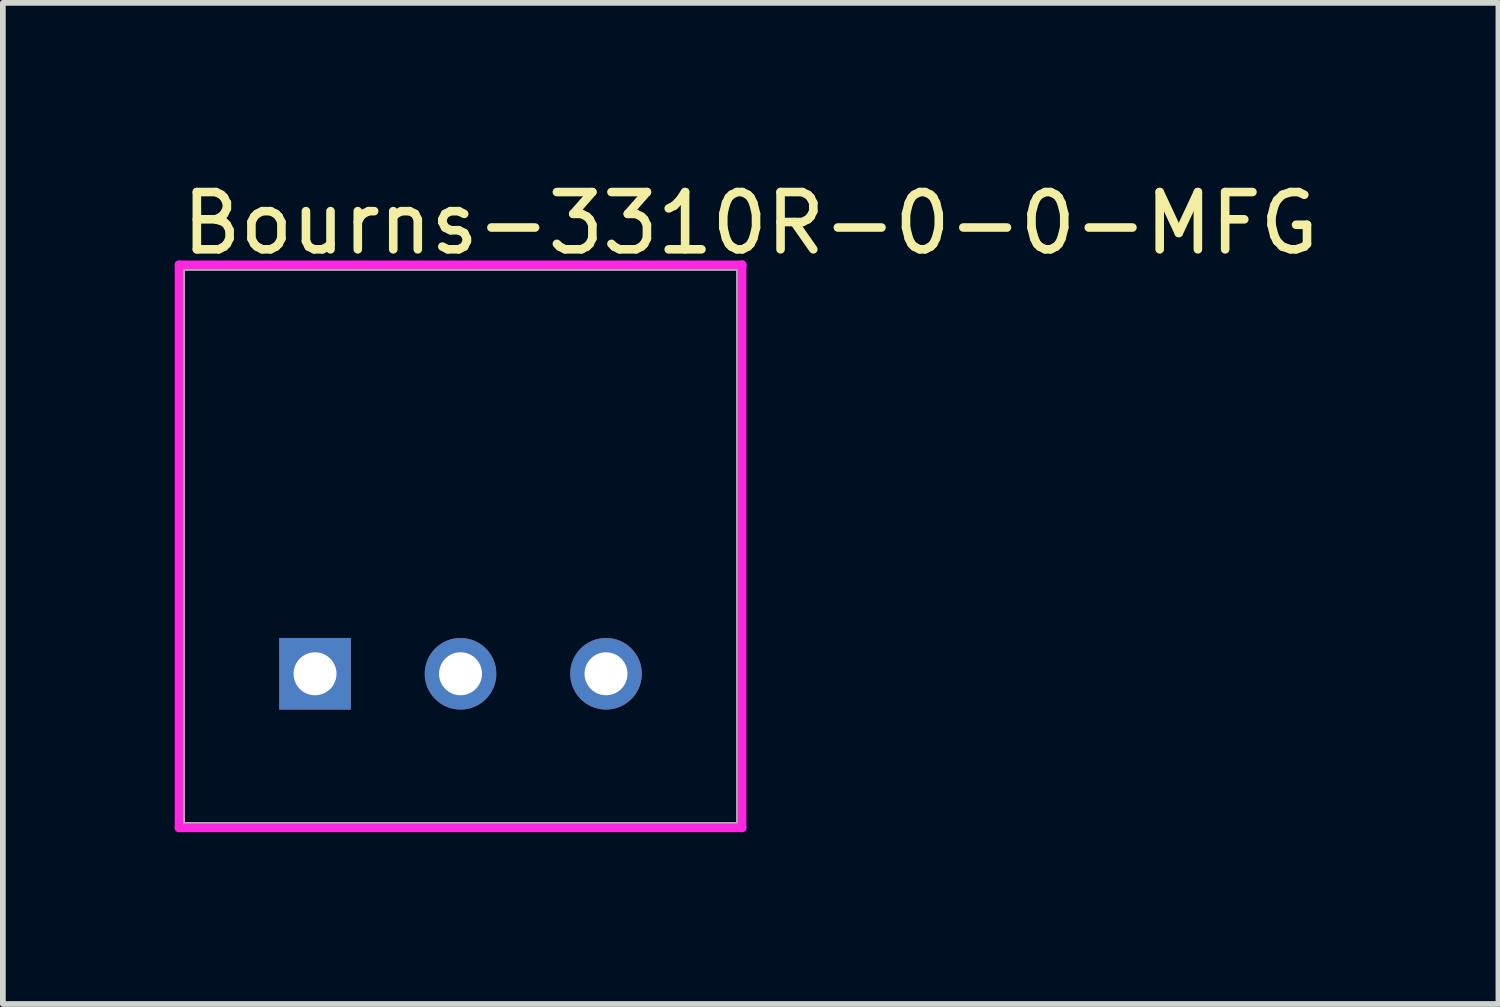
<source format=kicad_pcb>
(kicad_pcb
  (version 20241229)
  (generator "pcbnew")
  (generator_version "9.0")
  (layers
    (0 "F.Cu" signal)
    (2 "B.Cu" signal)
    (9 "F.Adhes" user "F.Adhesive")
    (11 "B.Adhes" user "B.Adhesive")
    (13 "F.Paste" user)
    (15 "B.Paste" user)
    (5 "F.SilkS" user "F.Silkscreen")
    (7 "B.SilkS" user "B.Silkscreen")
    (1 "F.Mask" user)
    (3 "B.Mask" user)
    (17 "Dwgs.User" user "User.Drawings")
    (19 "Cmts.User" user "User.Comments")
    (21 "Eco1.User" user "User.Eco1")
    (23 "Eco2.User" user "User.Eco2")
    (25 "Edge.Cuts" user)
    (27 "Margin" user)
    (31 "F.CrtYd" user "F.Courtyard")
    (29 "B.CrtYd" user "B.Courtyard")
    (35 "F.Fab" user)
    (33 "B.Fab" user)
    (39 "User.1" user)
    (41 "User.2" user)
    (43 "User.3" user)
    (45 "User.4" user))
  (footprint "Bourns-3310R-0-0-MFG"
    (layer "F.Cu")
    (at 4.99 6.488)
    (property "Reference" "Bourns-3310R-0-0-MFG" (at -4.94 -5.64 0) (layer "F.SilkS") (effects (font (size 1 1) (thickness 0.15)) (justify left)))
    (attr through_hole)
    (fp_line (start -4.89 -4.89) (end 4.89 -4.89) (stroke (width 0.15) (type solid)) (layer "F.SilkS"))
    (fp_line (start -4.89 4.89) (end -4.89 -4.89) (stroke (width 0.15) (type solid)) (layer "F.SilkS"))
    (fp_line (start -4.89 4.89) (end 4.89 4.89) (stroke (width 0.15) (type solid)) (layer "F.SilkS"))
    (fp_line (start 4.89 4.89) (end 4.89 -4.89) (stroke (width 0.15) (type solid)) (layer "F.SilkS"))
    (fp_line (start -4.915 -4.915) (end -4.915 4.915) (stroke (width 0.15) (type solid)) (layer "F.CrtYd"))
    (fp_line (start -4.915 4.915) (end 4.915 4.915) (stroke (width 0.15) (type solid)) (layer "F.CrtYd"))
    (fp_line (start 4.915 -4.915) (end -4.915 -4.915) (stroke (width 0.15) (type solid)) (layer "F.CrtYd"))
    (fp_line (start 4.915 -4.915) (end 4.915 -4.915) (stroke (width 0.15) (type solid)) (layer "F.CrtYd"))
    (fp_line (start 4.915 4.915) (end 4.915 -4.915) (stroke (width 0.15) (type solid)) (layer "F.CrtYd"))
    (fp_line (start -4.89 -4.89) (end 4.89 -4.89) (stroke (width 0.15) (type solid)) (layer "F.Fab"))
    (fp_line (start -4.89 4.89) (end -4.89 -4.89) (stroke (width 0.15) (type solid)) (layer "F.Fab"))
    (fp_line (start 4.89 -4.89) (end 4.89 4.89) (stroke (width 0.15) (type solid)) (layer "F.Fab"))
    (fp_line (start 4.89 4.89) (end -4.89 4.89) (stroke (width 0.15) (type solid)) (layer "F.Fab"))
    (pad "1" thru_hole rect (at -2.54 2.225) (size 1.25 1.25) (drill 0.75) (layers "*.Cu"))
    (pad "2" thru_hole circle (at 0 2.225) (size 1.25 1.25) (drill 0.75) (layers "*.Cu"))
    (pad "3" thru_hole circle (at 2.54 2.225) (size 1.25 1.25) (drill 0.75) (layers "*.Cu")))
  (gr_rect
    (start -3 -3)
    (end 23.11 14.478)
    (stroke (width 0.1) (type default))
    (fill no)
    (layer "Edge.Cuts")))
</source>
